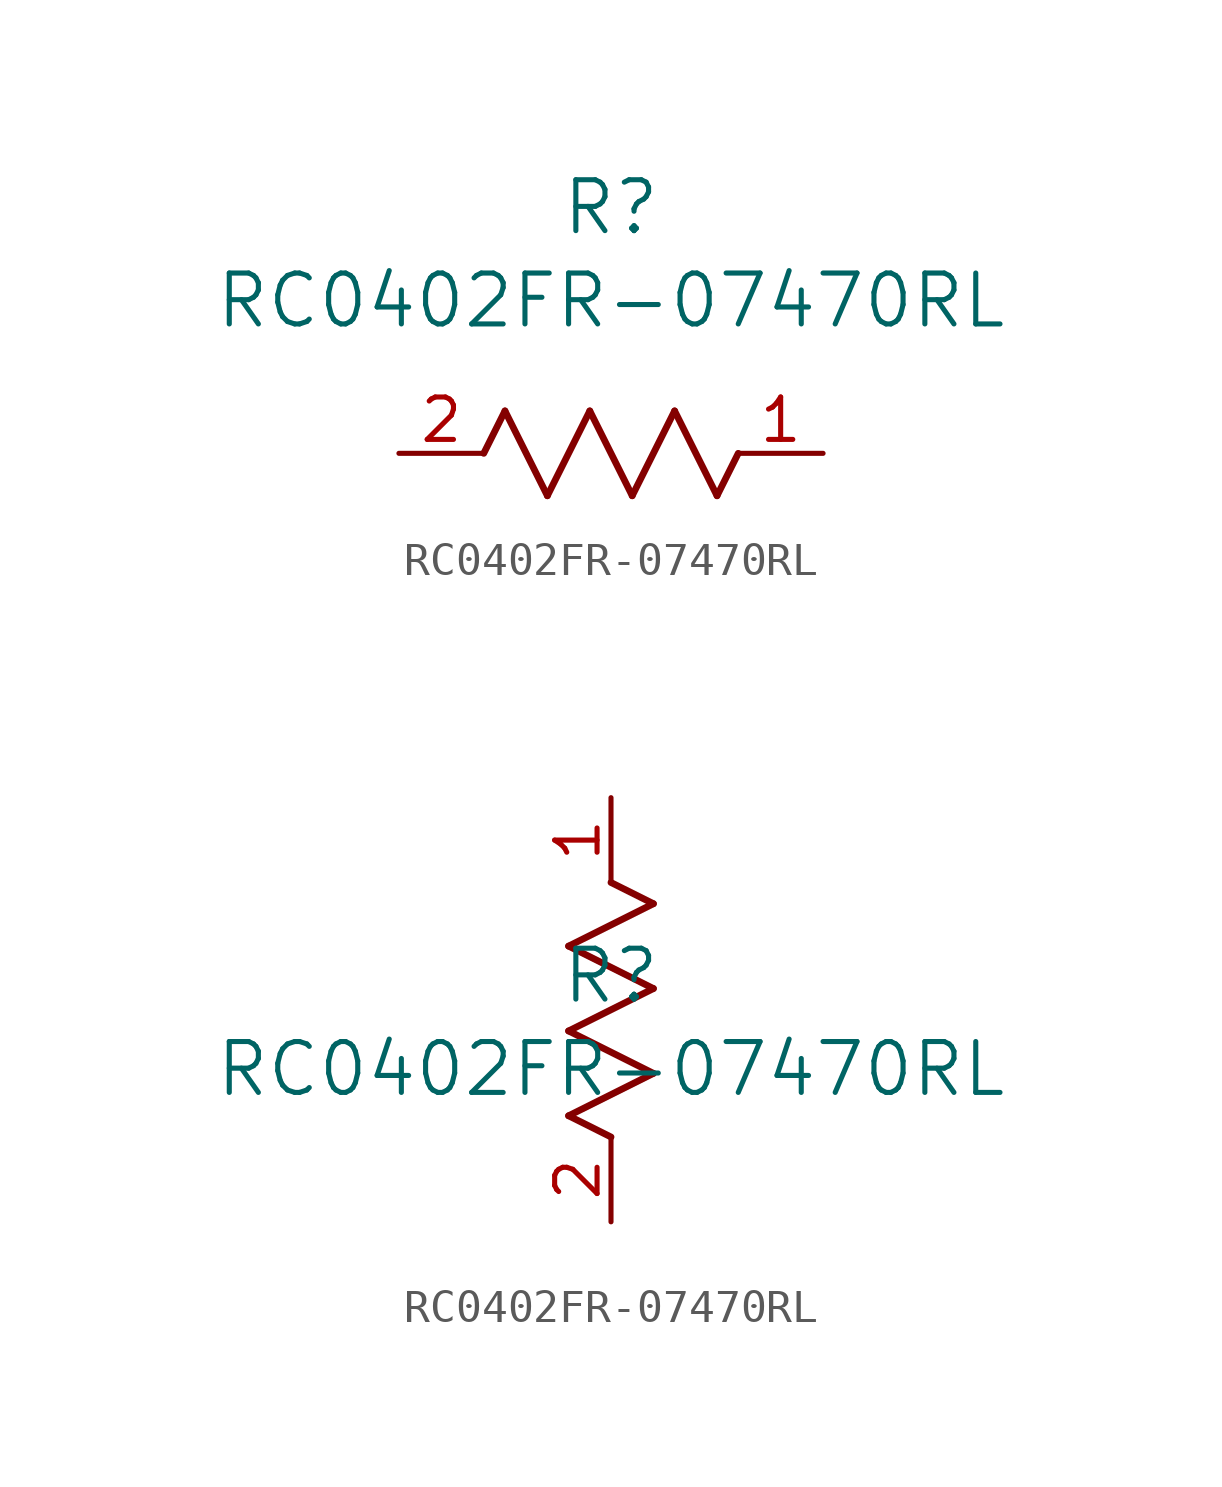
<source format=kicad_sym>
(kicad_symbol_lib
  (version 20241209)
  (generator "kicad_symbol_editor")
  (generator_version "9.0")
  (symbol "RC0402FR-07470RL"
    (pin_names
      (offset 0.254))
    (property "Reference" "R"
      (at 0 7.366 0)
      (effects (font (size 1.524 1.524))))
    (property "Value" "RC0402FR-07470RL"
      (at 0 4.572 0)
      (effects (font (size 1.524 1.524))))
    (property "ki_locked" ""
      (at 0 0 0)
      (effects (font (size 1.27 1.27))))
    (symbol "RC0402FR-07470RL_1_1"
      (polyline (pts (xy -3.81 0) (xy -3.175 1.27)) (stroke (width 0.203) (type default)) (fill (type none)))
      (polyline (pts (xy -3.175 1.27) (xy -1.905 -1.27)) (stroke (width 0.203) (type default)) (fill (type none)))
      (polyline (pts (xy -1.905 -1.27) (xy -0.635 1.27)) (stroke (width 0.203) (type default)) (fill (type none)))
      (polyline (pts (xy -0.635 1.27) (xy 0.635 -1.27)) (stroke (width 0.203) (type default)) (fill (type none)))
      (polyline (pts (xy 0.635 -1.27) (xy 1.905 1.27)) (stroke (width 0.203) (type default)) (fill (type none)))
      (polyline (pts (xy 1.905 1.27) (xy 3.175 -1.27)) (stroke (width 0.203) (type default)) (fill (type none)))
      (polyline (pts (xy 3.175 -1.27) (xy 3.81 0)) (stroke (width 0.203) (type default)) (fill (type none)))
      (pin unspecified line (at -6.35 0 0) (length 2.54) (name "" (effects (font (size 1.27 1.27)))) (number "2" (effects (font (size 1.27 1.27)))))
      (pin unspecified line (at 6.35 0 180) (length 2.54) (name "" (effects (font (size 1.27 1.27)))) (number "1" (effects (font (size 1.27 1.27))))))
    (symbol "RC0402FR-07470RL_1_2"
      (polyline (pts (xy -1.27 8.255) (xy 1.27 9.525)) (stroke (width 0.203) (type default)) (fill (type none)))
      (polyline (pts (xy -1.27 5.715) (xy 1.27 6.985)) (stroke (width 0.203) (type default)) (fill (type none)))
      (polyline (pts (xy -1.27 3.175) (xy 1.27 4.445)) (stroke (width 0.203) (type default)) (fill (type none)))
      (polyline (pts (xy 0 2.54) (xy -1.27 3.175)) (stroke (width 0.203) (type default)) (fill (type none)))
      (polyline (pts (xy 1.27 9.525) (xy 0 10.16)) (stroke (width 0.203) (type default)) (fill (type none)))
      (polyline (pts (xy 1.27 6.985) (xy -1.27 8.255)) (stroke (width 0.203) (type default)) (fill (type none)))
      (polyline (pts (xy 1.27 4.445) (xy -1.27 5.715)) (stroke (width 0.203) (type default)) (fill (type none)))
      (pin unspecified line (at 0 12.7 270) (length 2.54) (name "" (effects (font (size 1.27 1.27)))) (number "1" (effects (font (size 1.27 1.27)))))
      (pin unspecified line (at 0 0 90) (length 2.54) (name "" (effects (font (size 1.27 1.27)))) (number "2" (effects (font (size 1.27 1.27))))))))
</source>
